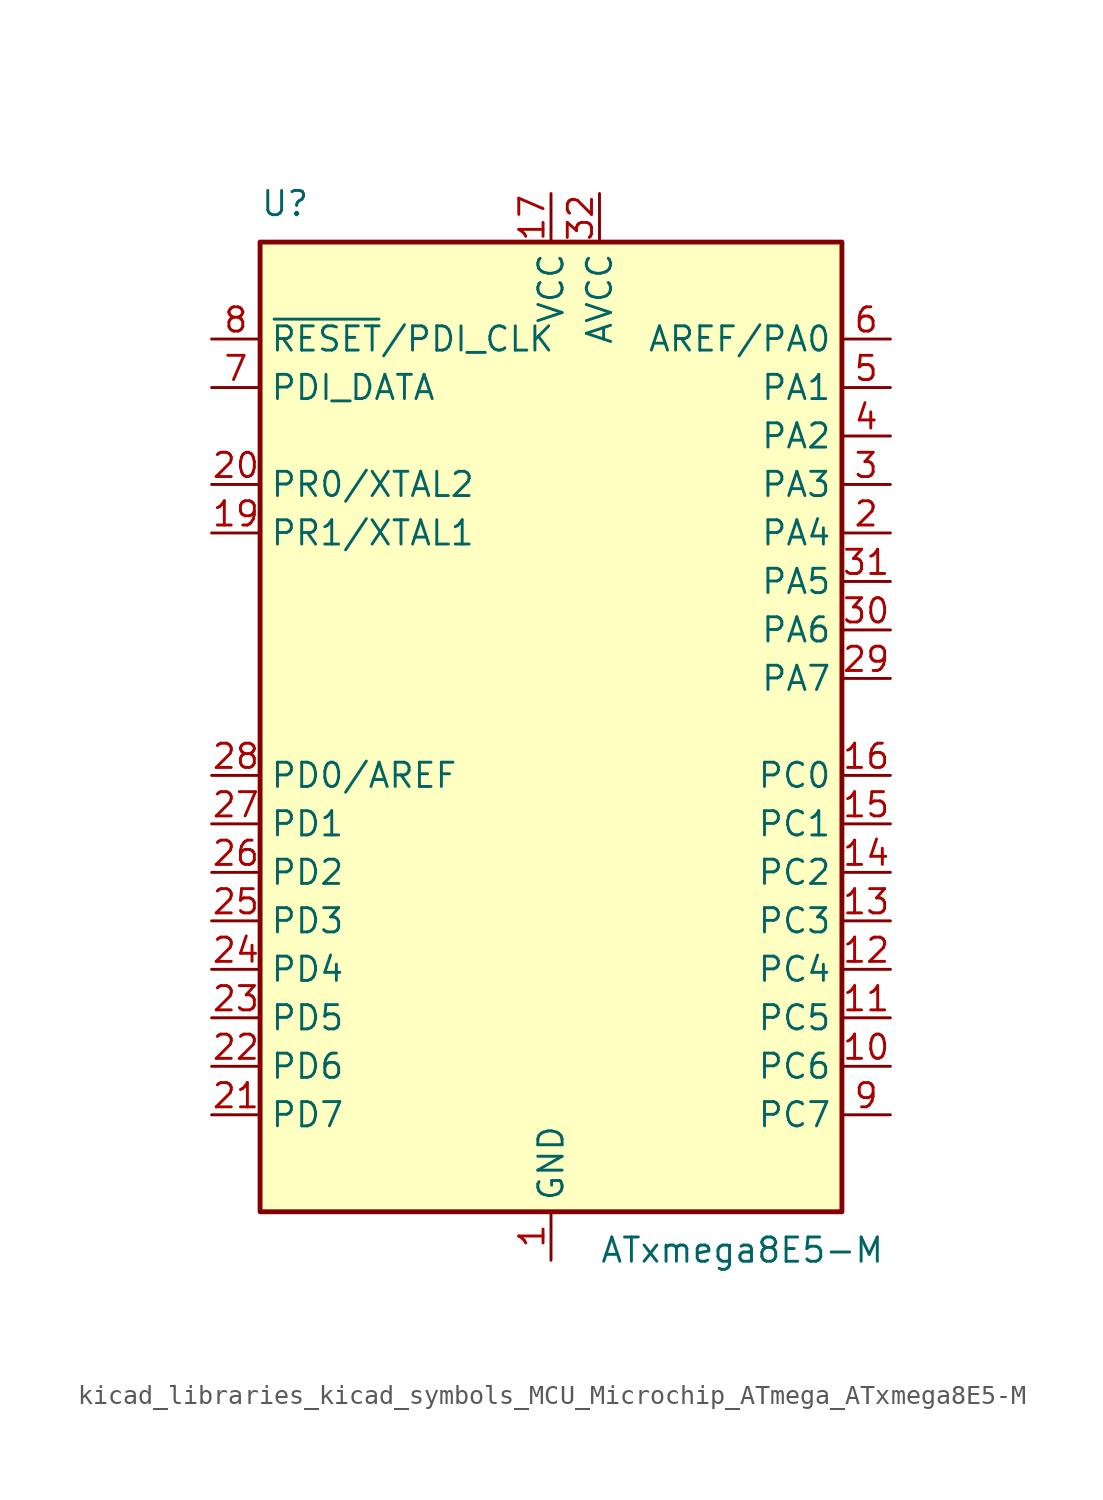
<source format=kicad_sym>
(kicad_symbol_lib
  (version 20220914)
  (generator kicad_symbol_editor)
  (symbol "kicad_libraries_kicad_symbols_MCU_Microchip_ATmega_ATxmega8E5-M"
    (property "Reference" "U"
      (at -15.24 26.67 0)
      (effects (font (size 1.27 1.27)) (justify left bottom)))
    (property "Value" "ATxmega8E5-M"
      (at 2.54 -26.67 0)
      (effects (font (size 1.27 1.27)) (justify left top)))
    (symbol "kicad_libraries_kicad_symbols_MCU_Microchip_ATmega_ATxmega8E5-M_0_1"
      (rectangle (start -15.24 -25.4) (end 15.24 25.4) (stroke (width 0.254) (type default)) (fill (type background))))
    (symbol "kicad_libraries_kicad_symbols_MCU_Microchip_ATmega_ATxmega8E5-M_1_1"
      (pin power_in line (at 0 -27.94 90) (length 2.54) (name "GND" (effects (font (size 1.27 1.27)))) (number "1" (effects (font (size 1.27 1.27)))))
      (pin bidirectional line (at 17.78 -17.78 180) (length 2.54) (name "PC6" (effects (font (size 1.27 1.27)))) (number "10" (effects (font (size 1.27 1.27)))))
      (pin bidirectional line (at 17.78 -15.24 180) (length 2.54) (name "PC5" (effects (font (size 1.27 1.27)))) (number "11" (effects (font (size 1.27 1.27)))))
      (pin bidirectional line (at 17.78 -12.7 180) (length 2.54) (name "PC4" (effects (font (size 1.27 1.27)))) (number "12" (effects (font (size 1.27 1.27)))))
      (pin bidirectional line (at 17.78 -10.16 180) (length 2.54) (name "PC3" (effects (font (size 1.27 1.27)))) (number "13" (effects (font (size 1.27 1.27)))))
      (pin bidirectional line (at 17.78 -7.62 180) (length 2.54) (name "PC2" (effects (font (size 1.27 1.27)))) (number "14" (effects (font (size 1.27 1.27)))))
      (pin bidirectional line (at 17.78 -5.08 180) (length 2.54) (name "PC1" (effects (font (size 1.27 1.27)))) (number "15" (effects (font (size 1.27 1.27)))))
      (pin bidirectional line (at 17.78 -2.54 180) (length 2.54) (name "PC0" (effects (font (size 1.27 1.27)))) (number "16" (effects (font (size 1.27 1.27)))))
      (pin power_in line (at 0 27.94 270) (length 2.54) (name "VCC" (effects (font (size 1.27 1.27)))) (number "17" (effects (font (size 1.27 1.27)))))
      (pin passive line (at 0 -27.94 90) (length 2.54) hide (name "GND" (effects (font (size 1.27 1.27)))) (number "18" (effects (font (size 1.27 1.27)))))
      (pin bidirectional line (at -17.78 10.16 0) (length 2.54) (name "PR1/XTAL1" (effects (font (size 1.27 1.27)))) (number "19" (effects (font (size 1.27 1.27)))))
      (pin bidirectional line (at 17.78 10.16 180) (length 2.54) (name "PA4" (effects (font (size 1.27 1.27)))) (number "2" (effects (font (size 1.27 1.27)))))
      (pin bidirectional line (at -17.78 12.7 0) (length 2.54) (name "PR0/XTAL2" (effects (font (size 1.27 1.27)))) (number "20" (effects (font (size 1.27 1.27)))))
      (pin bidirectional line (at -17.78 -20.32 0) (length 2.54) (name "PD7" (effects (font (size 1.27 1.27)))) (number "21" (effects (font (size 1.27 1.27)))))
      (pin bidirectional line (at -17.78 -17.78 0) (length 2.54) (name "PD6" (effects (font (size 1.27 1.27)))) (number "22" (effects (font (size 1.27 1.27)))))
      (pin bidirectional line (at -17.78 -15.24 0) (length 2.54) (name "PD5" (effects (font (size 1.27 1.27)))) (number "23" (effects (font (size 1.27 1.27)))))
      (pin bidirectional line (at -17.78 -12.7 0) (length 2.54) (name "PD4" (effects (font (size 1.27 1.27)))) (number "24" (effects (font (size 1.27 1.27)))))
      (pin bidirectional line (at -17.78 -10.16 0) (length 2.54) (name "PD3" (effects (font (size 1.27 1.27)))) (number "25" (effects (font (size 1.27 1.27)))))
      (pin bidirectional line (at -17.78 -7.62 0) (length 2.54) (name "PD2" (effects (font (size 1.27 1.27)))) (number "26" (effects (font (size 1.27 1.27)))))
      (pin bidirectional line (at -17.78 -5.08 0) (length 2.54) (name "PD1" (effects (font (size 1.27 1.27)))) (number "27" (effects (font (size 1.27 1.27)))))
      (pin bidirectional line (at -17.78 -2.54 0) (length 2.54) (name "PD0/AREF" (effects (font (size 1.27 1.27)))) (number "28" (effects (font (size 1.27 1.27)))))
      (pin bidirectional line (at 17.78 2.54 180) (length 2.54) (name "PA7" (effects (font (size 1.27 1.27)))) (number "29" (effects (font (size 1.27 1.27)))))
      (pin bidirectional line (at 17.78 12.7 180) (length 2.54) (name "PA3" (effects (font (size 1.27 1.27)))) (number "3" (effects (font (size 1.27 1.27)))))
      (pin bidirectional line (at 17.78 5.08 180) (length 2.54) (name "PA6" (effects (font (size 1.27 1.27)))) (number "30" (effects (font (size 1.27 1.27)))))
      (pin bidirectional line (at 17.78 7.62 180) (length 2.54) (name "PA5" (effects (font (size 1.27 1.27)))) (number "31" (effects (font (size 1.27 1.27)))))
      (pin power_in line (at 2.54 27.94 270) (length 2.54) (name "AVCC" (effects (font (size 1.27 1.27)))) (number "32" (effects (font (size 1.27 1.27)))))
      (pin passive line (at 0 -27.94 90) (length 2.54) hide (name "GND" (effects (font (size 1.27 1.27)))) (number "33" (effects (font (size 1.27 1.27)))))
      (pin bidirectional line (at 17.78 15.24 180) (length 2.54) (name "PA2" (effects (font (size 1.27 1.27)))) (number "4" (effects (font (size 1.27 1.27)))))
      (pin bidirectional line (at 17.78 17.78 180) (length 2.54) (name "PA1" (effects (font (size 1.27 1.27)))) (number "5" (effects (font (size 1.27 1.27)))))
      (pin bidirectional line (at 17.78 20.32 180) (length 2.54) (name "AREF/PA0" (effects (font (size 1.27 1.27)))) (number "6" (effects (font (size 1.27 1.27)))))
      (pin bidirectional line (at -17.78 17.78 0) (length 2.54) (name "PDI_DATA" (effects (font (size 1.27 1.27)))) (number "7" (effects (font (size 1.27 1.27)))))
      (pin input line (at -17.78 20.32 0) (length 2.54) (name "~{RESET}/PDI_CLK" (effects (font (size 1.27 1.27)))) (number "8" (effects (font (size 1.27 1.27)))))
      (pin bidirectional line (at 17.78 -20.32 180) (length 2.54) (name "PC7" (effects (font (size 1.27 1.27)))) (number "9" (effects (font (size 1.27 1.27))))))))
</source>
